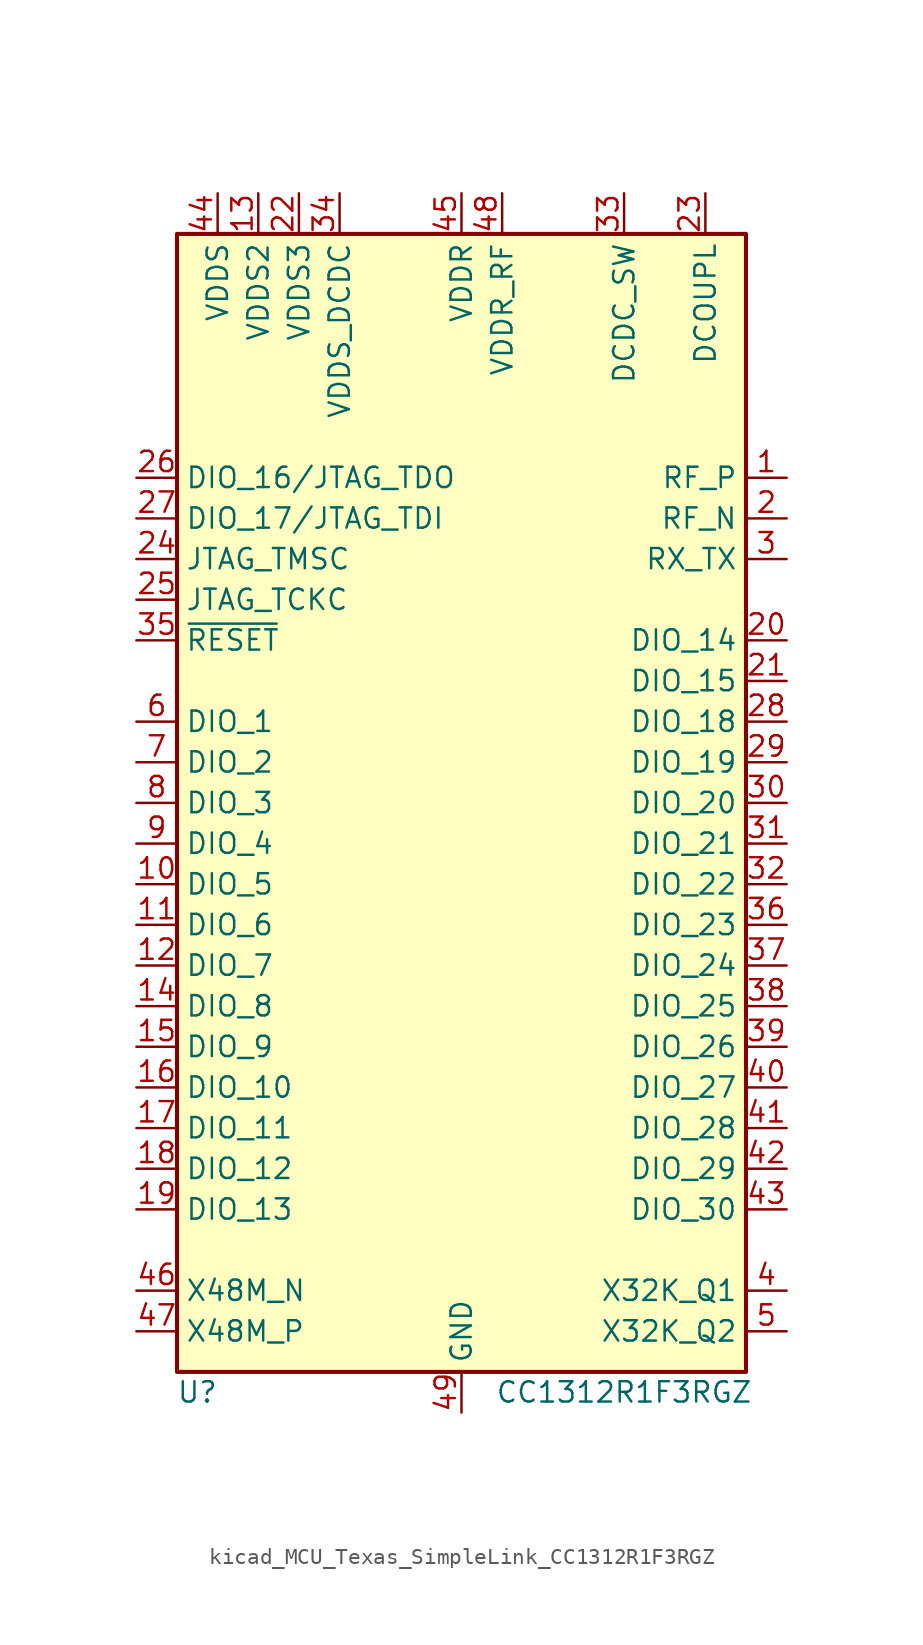
<source format=kicad_sym>
(kicad_symbol_lib
  (version 20220914)
  (generator kicad_symbol_editor)
  (symbol "kicad_MCU_Texas_SimpleLink_CC1312R1F3RGZ"
    (property "Reference" "U"
      (at -16.51 -36.83 0)
      (effects (font (size 1.27 1.27))))
    (property "Value" "CC1312R1F3RGZ"
      (at 10.16 -36.83 0)
      (effects (font (size 1.27 1.27))))
    (symbol "kicad_MCU_Texas_SimpleLink_CC1312R1F3RGZ_0_1"
      (rectangle (start -17.78 35.56) (end 17.78 -35.56) (stroke (width 0.254) (type default)) (fill (type background))))
    (symbol "kicad_MCU_Texas_SimpleLink_CC1312R1F3RGZ_1_1"
      (pin passive line (at 20.32 20.32 180) (length 2.54) (name "RF_P" (effects (font (size 1.27 1.27)))) (number "1" (effects (font (size 1.27 1.27)))))
      (pin bidirectional line (at -20.32 -5.08 0) (length 2.54) (name "DIO_5" (effects (font (size 1.27 1.27)))) (number "10" (effects (font (size 1.27 1.27)))))
      (pin bidirectional line (at -20.32 -7.62 0) (length 2.54) (name "DIO_6" (effects (font (size 1.27 1.27)))) (number "11" (effects (font (size 1.27 1.27)))))
      (pin bidirectional line (at -20.32 -10.16 0) (length 2.54) (name "DIO_7" (effects (font (size 1.27 1.27)))) (number "12" (effects (font (size 1.27 1.27)))))
      (pin power_in line (at -12.7 38.1 270) (length 2.54) (name "VDDS2" (effects (font (size 1.27 1.27)))) (number "13" (effects (font (size 1.27 1.27)))))
      (pin bidirectional line (at -20.32 -12.7 0) (length 2.54) (name "DIO_8" (effects (font (size 1.27 1.27)))) (number "14" (effects (font (size 1.27 1.27)))))
      (pin bidirectional line (at -20.32 -15.24 0) (length 2.54) (name "DIO_9" (effects (font (size 1.27 1.27)))) (number "15" (effects (font (size 1.27 1.27)))))
      (pin bidirectional line (at -20.32 -17.78 0) (length 2.54) (name "DIO_10" (effects (font (size 1.27 1.27)))) (number "16" (effects (font (size 1.27 1.27)))))
      (pin bidirectional line (at -20.32 -20.32 0) (length 2.54) (name "DIO_11" (effects (font (size 1.27 1.27)))) (number "17" (effects (font (size 1.27 1.27)))))
      (pin bidirectional line (at -20.32 -22.86 0) (length 2.54) (name "DIO_12" (effects (font (size 1.27 1.27)))) (number "18" (effects (font (size 1.27 1.27)))))
      (pin bidirectional line (at -20.32 -25.4 0) (length 2.54) (name "DIO_13" (effects (font (size 1.27 1.27)))) (number "19" (effects (font (size 1.27 1.27)))))
      (pin passive line (at 20.32 17.78 180) (length 2.54) (name "RF_N" (effects (font (size 1.27 1.27)))) (number "2" (effects (font (size 1.27 1.27)))))
      (pin bidirectional line (at 20.32 10.16 180) (length 2.54) (name "DIO_14" (effects (font (size 1.27 1.27)))) (number "20" (effects (font (size 1.27 1.27)))))
      (pin bidirectional line (at 20.32 7.62 180) (length 2.54) (name "DIO_15" (effects (font (size 1.27 1.27)))) (number "21" (effects (font (size 1.27 1.27)))))
      (pin power_in line (at -10.16 38.1 270) (length 2.54) (name "VDDS3" (effects (font (size 1.27 1.27)))) (number "22" (effects (font (size 1.27 1.27)))))
      (pin power_out line (at 15.24 38.1 270) (length 2.54) (name "DCOUPL" (effects (font (size 1.27 1.27)))) (number "23" (effects (font (size 1.27 1.27)))))
      (pin bidirectional line (at -20.32 15.24 0) (length 2.54) (name "JTAG_TMSC" (effects (font (size 1.27 1.27)))) (number "24" (effects (font (size 1.27 1.27)))))
      (pin input line (at -20.32 12.7 0) (length 2.54) (name "JTAG_TCKC" (effects (font (size 1.27 1.27)))) (number "25" (effects (font (size 1.27 1.27)))))
      (pin bidirectional line (at -20.32 20.32 0) (length 2.54) (name "DIO_16/JTAG_TDO" (effects (font (size 1.27 1.27)))) (number "26" (effects (font (size 1.27 1.27)))))
      (pin bidirectional line (at -20.32 17.78 0) (length 2.54) (name "DIO_17/JTAG_TDI" (effects (font (size 1.27 1.27)))) (number "27" (effects (font (size 1.27 1.27)))))
      (pin bidirectional line (at 20.32 5.08 180) (length 2.54) (name "DIO_18" (effects (font (size 1.27 1.27)))) (number "28" (effects (font (size 1.27 1.27)))))
      (pin bidirectional line (at 20.32 2.54 180) (length 2.54) (name "DIO_19" (effects (font (size 1.27 1.27)))) (number "29" (effects (font (size 1.27 1.27)))))
      (pin passive line (at 20.32 15.24 180) (length 2.54) (name "RX_TX" (effects (font (size 1.27 1.27)))) (number "3" (effects (font (size 1.27 1.27)))))
      (pin bidirectional line (at 20.32 0 180) (length 2.54) (name "DIO_20" (effects (font (size 1.27 1.27)))) (number "30" (effects (font (size 1.27 1.27)))))
      (pin bidirectional line (at 20.32 -2.54 180) (length 2.54) (name "DIO_21" (effects (font (size 1.27 1.27)))) (number "31" (effects (font (size 1.27 1.27)))))
      (pin bidirectional line (at 20.32 -5.08 180) (length 2.54) (name "DIO_22" (effects (font (size 1.27 1.27)))) (number "32" (effects (font (size 1.27 1.27)))))
      (pin power_out line (at 10.16 38.1 270) (length 2.54) (name "DCDC_SW" (effects (font (size 1.27 1.27)))) (number "33" (effects (font (size 1.27 1.27)))))
      (pin power_in line (at -7.62 38.1 270) (length 2.54) (name "VDDS_DCDC" (effects (font (size 1.27 1.27)))) (number "34" (effects (font (size 1.27 1.27)))))
      (pin input line (at -20.32 10.16 0) (length 2.54) (name "~{RESET}" (effects (font (size 1.27 1.27)))) (number "35" (effects (font (size 1.27 1.27)))))
      (pin bidirectional line (at 20.32 -7.62 180) (length 2.54) (name "DIO_23" (effects (font (size 1.27 1.27)))) (number "36" (effects (font (size 1.27 1.27)))))
      (pin bidirectional line (at 20.32 -10.16 180) (length 2.54) (name "DIO_24" (effects (font (size 1.27 1.27)))) (number "37" (effects (font (size 1.27 1.27)))))
      (pin bidirectional line (at 20.32 -12.7 180) (length 2.54) (name "DIO_25" (effects (font (size 1.27 1.27)))) (number "38" (effects (font (size 1.27 1.27)))))
      (pin bidirectional line (at 20.32 -15.24 180) (length 2.54) (name "DIO_26" (effects (font (size 1.27 1.27)))) (number "39" (effects (font (size 1.27 1.27)))))
      (pin input line (at 20.32 -30.48 180) (length 2.54) (name "X32K_Q1" (effects (font (size 1.27 1.27)))) (number "4" (effects (font (size 1.27 1.27)))))
      (pin bidirectional line (at 20.32 -17.78 180) (length 2.54) (name "DIO_27" (effects (font (size 1.27 1.27)))) (number "40" (effects (font (size 1.27 1.27)))))
      (pin bidirectional line (at 20.32 -20.32 180) (length 2.54) (name "DIO_28" (effects (font (size 1.27 1.27)))) (number "41" (effects (font (size 1.27 1.27)))))
      (pin bidirectional line (at 20.32 -22.86 180) (length 2.54) (name "DIO_29" (effects (font (size 1.27 1.27)))) (number "42" (effects (font (size 1.27 1.27)))))
      (pin bidirectional line (at 20.32 -25.4 180) (length 2.54) (name "DIO_30" (effects (font (size 1.27 1.27)))) (number "43" (effects (font (size 1.27 1.27)))))
      (pin power_in line (at -15.24 38.1 270) (length 2.54) (name "VDDS" (effects (font (size 1.27 1.27)))) (number "44" (effects (font (size 1.27 1.27)))))
      (pin power_in line (at 0 38.1 270) (length 2.54) (name "VDDR" (effects (font (size 1.27 1.27)))) (number "45" (effects (font (size 1.27 1.27)))))
      (pin input line (at -20.32 -30.48 0) (length 2.54) (name "X48M_N" (effects (font (size 1.27 1.27)))) (number "46" (effects (font (size 1.27 1.27)))))
      (pin input line (at -20.32 -33.02 0) (length 2.54) (name "X48M_P" (effects (font (size 1.27 1.27)))) (number "47" (effects (font (size 1.27 1.27)))))
      (pin power_in line (at 2.54 38.1 270) (length 2.54) (name "VDDR_RF" (effects (font (size 1.27 1.27)))) (number "48" (effects (font (size 1.27 1.27)))))
      (pin power_in line (at 0 -38.1 90) (length 2.54) (name "GND" (effects (font (size 1.27 1.27)))) (number "49" (effects (font (size 1.27 1.27)))))
      (pin input line (at 20.32 -33.02 180) (length 2.54) (name "X32K_Q2" (effects (font (size 1.27 1.27)))) (number "5" (effects (font (size 1.27 1.27)))))
      (pin bidirectional line (at -20.32 5.08 0) (length 2.54) (name "DIO_1" (effects (font (size 1.27 1.27)))) (number "6" (effects (font (size 1.27 1.27)))))
      (pin bidirectional line (at -20.32 2.54 0) (length 2.54) (name "DIO_2" (effects (font (size 1.27 1.27)))) (number "7" (effects (font (size 1.27 1.27)))))
      (pin bidirectional line (at -20.32 0 0) (length 2.54) (name "DIO_3" (effects (font (size 1.27 1.27)))) (number "8" (effects (font (size 1.27 1.27)))))
      (pin bidirectional line (at -20.32 -2.54 0) (length 2.54) (name "DIO_4" (effects (font (size 1.27 1.27)))) (number "9" (effects (font (size 1.27 1.27))))))))
</source>
